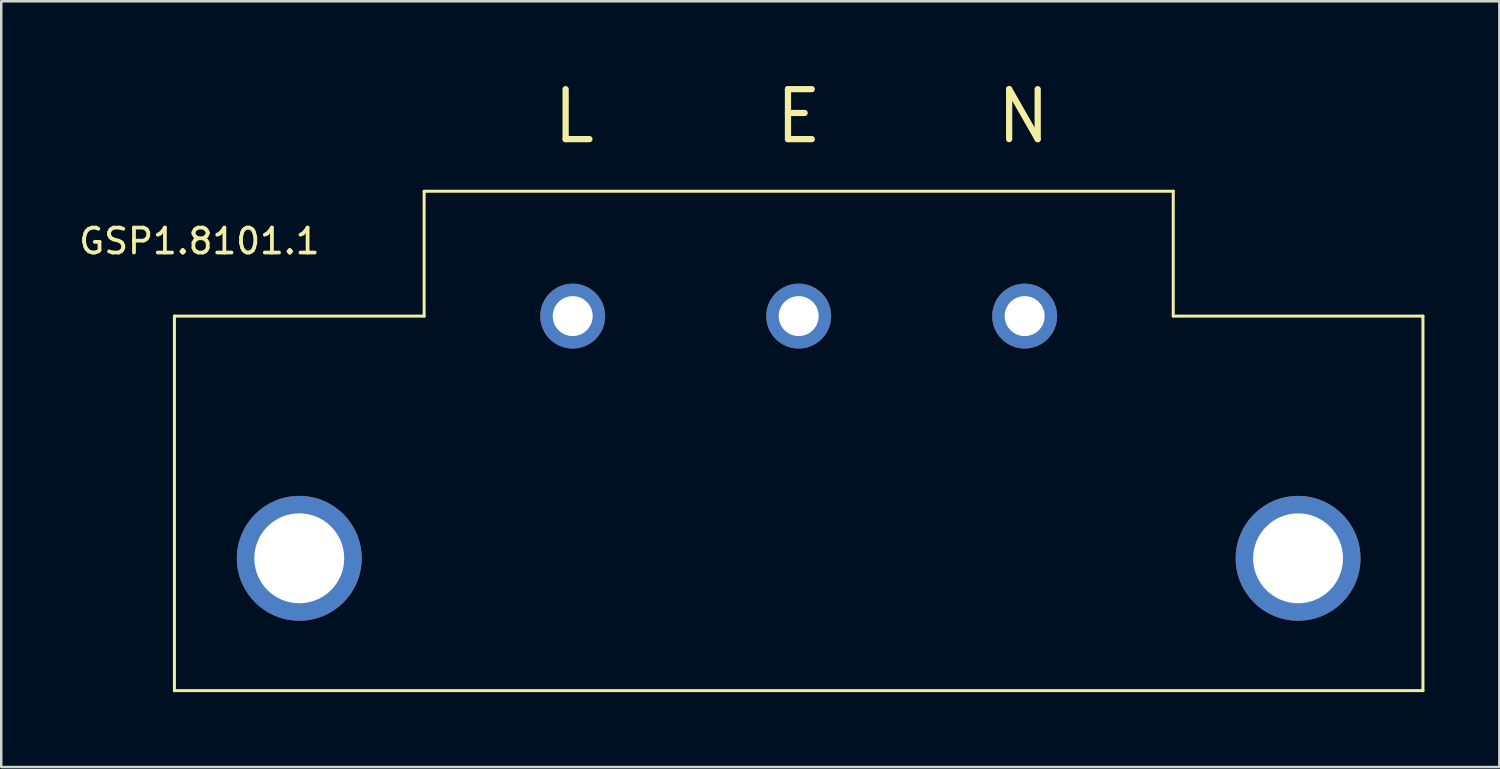
<source format=kicad_pcb>
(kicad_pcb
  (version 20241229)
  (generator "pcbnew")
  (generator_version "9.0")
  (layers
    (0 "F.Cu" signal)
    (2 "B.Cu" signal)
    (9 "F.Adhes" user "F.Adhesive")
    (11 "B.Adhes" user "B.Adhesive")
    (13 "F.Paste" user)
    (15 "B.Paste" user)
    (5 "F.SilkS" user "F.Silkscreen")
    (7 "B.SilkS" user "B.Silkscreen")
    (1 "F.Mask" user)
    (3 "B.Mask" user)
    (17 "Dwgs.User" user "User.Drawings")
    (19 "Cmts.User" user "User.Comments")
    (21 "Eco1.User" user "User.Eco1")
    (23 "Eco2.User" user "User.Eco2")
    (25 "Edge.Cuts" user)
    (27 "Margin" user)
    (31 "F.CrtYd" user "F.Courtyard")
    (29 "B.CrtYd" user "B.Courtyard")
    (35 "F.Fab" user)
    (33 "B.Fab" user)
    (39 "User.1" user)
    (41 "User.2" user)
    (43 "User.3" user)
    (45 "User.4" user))
  (footprint "GSP1.8101.1"
    (layer "F.Cu")
    (at 28.935 9.609)
    (property "Reference" "GSP1.8101.1" (at -24 -3 0) (layer "F.SilkS") (effects (font (size 1 1) (thickness 0.15))))
    (attr through_hole)
    (fp_line (start -25 0) (end -15 0) (stroke (width 0.12) (type solid)) (layer "F.SilkS"))
    (fp_line (start -25 15) (end -25 0) (stroke (width 0.12) (type solid)) (layer "F.SilkS"))
    (fp_line (start -15 -5) (end 15 -5) (stroke (width 0.12) (type solid)) (layer "F.SilkS"))
    (fp_line (start -15 0) (end -15 -5) (stroke (width 0.12) (type solid)) (layer "F.SilkS"))
    (fp_line (start 15 -5) (end 15 0) (stroke (width 0.12) (type solid)) (layer "F.SilkS"))
    (fp_line (start 15 0) (end 25 0) (stroke (width 0.12) (type solid)) (layer "F.SilkS"))
    (fp_line (start 25 0) (end 25 15) (stroke (width 0.12) (type solid)) (layer "F.SilkS"))
    (fp_line (start 25 15) (end -25 15) (stroke (width 0.12) (type solid)) (layer "F.SilkS"))
    (fp_text user "E" (at 0 -8 0) (layer "F.SilkS") (effects (font (size 2 2) (thickness 0.25))))
    (fp_text user "N" (at 9 -8 0) (layer "F.SilkS") (effects (font (size 2 2) (thickness 0.25))))
    (fp_text user "L" (at -9 -8 0) (layer "F.SilkS") (effects (font (size 2 2) (thickness 0.25))))
    (pad "1" thru_hole circle (at -9.05 0) (size 2.6 2.6) (drill 1.6) (layers "*.Cu" "*.Mask"))
    (pad "2" thru_hole circle (at 0 0) (size 2.6 2.6) (drill 1.6) (layers "*.Cu" "*.Mask"))
    (pad "3" thru_hole circle (at 9.05 0) (size 2.6 2.6) (drill 1.6) (layers "*.Cu" "*.Mask"))
    (pad "4" thru_hole circle (at -20 9.7) (size 5 5) (drill 3.6) (layers "*.Cu" "*.Mask"))
    (pad "5" thru_hole circle (at 20 9.7) (size 5 5) (drill 3.6) (layers "*.Cu" "*.Mask")))
  (gr_rect
    (start -3 -3)
    (end 56.995 27.669)
    (stroke (width 0.1) (type default))
    (fill no)
    (layer "Edge.Cuts")))
</source>
